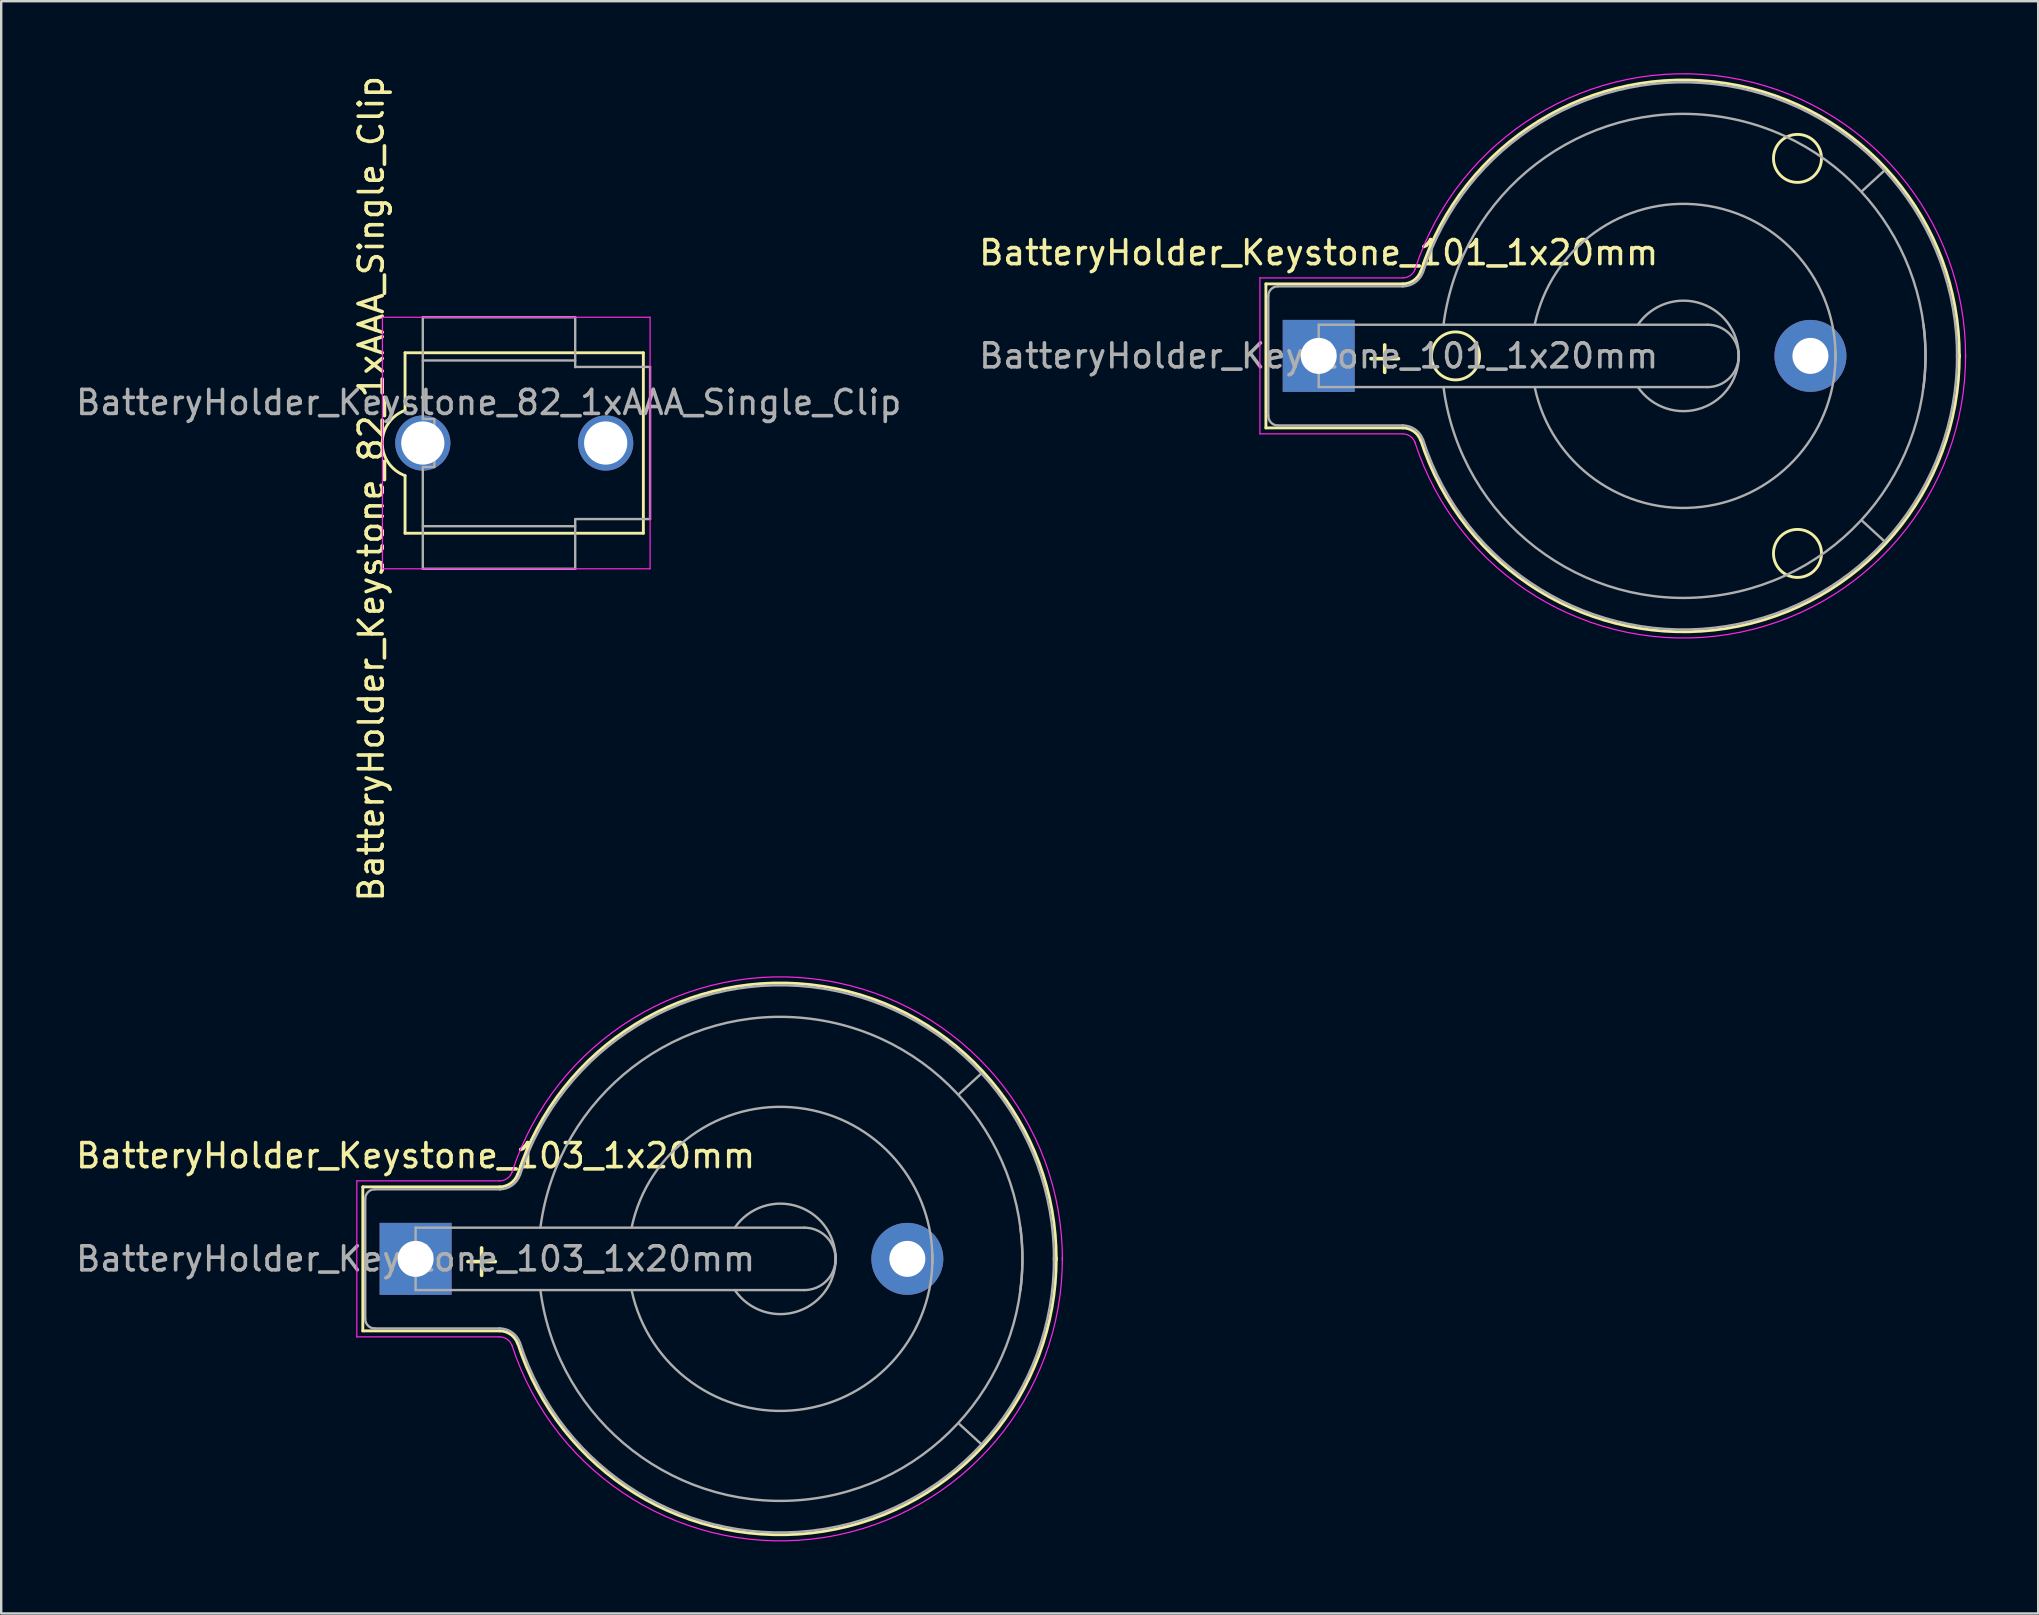
<source format=kicad_pcb>
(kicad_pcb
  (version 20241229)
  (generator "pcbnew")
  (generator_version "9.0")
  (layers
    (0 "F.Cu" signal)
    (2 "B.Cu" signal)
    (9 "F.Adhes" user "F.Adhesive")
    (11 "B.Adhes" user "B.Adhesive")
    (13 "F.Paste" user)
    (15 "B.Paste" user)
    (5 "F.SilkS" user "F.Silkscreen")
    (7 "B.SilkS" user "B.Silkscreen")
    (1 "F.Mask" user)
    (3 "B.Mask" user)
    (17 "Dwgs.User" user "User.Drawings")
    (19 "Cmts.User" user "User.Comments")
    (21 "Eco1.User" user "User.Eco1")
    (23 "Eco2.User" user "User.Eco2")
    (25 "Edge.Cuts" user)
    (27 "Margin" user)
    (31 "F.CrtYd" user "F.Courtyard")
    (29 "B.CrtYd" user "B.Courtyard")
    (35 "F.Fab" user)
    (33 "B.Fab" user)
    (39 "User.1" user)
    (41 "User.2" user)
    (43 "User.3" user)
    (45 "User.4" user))
  (footprint "BatteryHolder_Keystone_101_1x20mm"
    (layer "F.Cu")
    (at 51.899 11.78)
    (property "Reference" "BatteryHolder_Keystone_101_1x20mm" (at 0 -4.3 0) (layer "F.SilkS") (effects (font (size 1 1) (thickness 0.15))))
    (attr through_hole)
    (fp_line (start -2.2 -3) (end 3.5 -3) (stroke (width 0.12) (type solid)) (layer "F.SilkS"))
    (fp_line (start -2.2 3) (end -2.2 -3) (stroke (width 0.12) (type solid)) (layer "F.SilkS"))
    (fp_line (start -2.2 3) (end 3.5 3) (stroke (width 0.12) (type solid)) (layer "F.SilkS"))
    (fp_arc (start 3.5 3) (mid 3.958861 3.144678) (end 4.251754 3.526384) (stroke (width 0.12) (type solid)) (layer "F.SilkS"))
    (fp_arc (start 4.25 -3.5) (mid 16.993514 -11.35499) (end 26.695671 0.045281) (stroke (width 0.12) (type solid)) (layer "F.SilkS"))
    (fp_arc (start 4.251754 -3.526384) (mid 3.958861 -3.144678) (end 3.5 -3) (stroke (width 0.12) (type solid)) (layer "F.SilkS"))
    (fp_arc (start 26.695671 -0.045281) (mid 16.993514 11.35499) (end 4.25 3.5) (stroke (width 0.12) (type solid)) (layer "F.SilkS"))
    (fp_circle (center 5.7 0) (end 6.7 0) (stroke (width 0.12) (type solid)) (fill no) (layer "F.SilkS"))
    (fp_circle (center 19.95 -8.23) (end 20.95 -8.23) (stroke (width 0.12) (type solid)) (fill no) (layer "F.SilkS"))
    (fp_circle (center 19.95 8.23) (end 20.95 8.23) (stroke (width 0.12) (type solid)) (fill no) (layer "F.SilkS"))
    (fp_line (start -2.45 -3.25) (end 3.5 -3.25) (stroke (width 0.05) (type solid)) (layer "F.CrtYd"))
    (fp_line (start -2.45 3.25) (end -2.45 -3.25) (stroke (width 0.05) (type solid)) (layer "F.CrtYd"))
    (fp_line (start -2.45 3.25) (end 3.5 3.25) (stroke (width 0.05) (type solid)) (layer "F.CrtYd"))
    (fp_arc (start 3.5 3.25) (mid 3.815467 3.349466) (end 4.016831 3.611889) (stroke (width 0.05) (type solid)) (layer "F.CrtYd"))
    (fp_arc (start 4.01 -3.6) (mid 17.055841 -11.60741) (end 26.954634 0.068483) (stroke (width 0.05) (type solid)) (layer "F.CrtYd"))
    (fp_arc (start 4.016831 -3.611889) (mid 3.815467 -3.349466) (end 3.5 -3.25) (stroke (width 0.05) (type solid)) (layer "F.CrtYd"))
    (fp_arc (start 26.954634 -0.068483) (mid 17.055841 11.60741) (end 4.01 3.6) (stroke (width 0.05) (type solid)) (layer "F.CrtYd"))
    (fp_line (start -2.1 -2.5) (end -2.1 2.5) (stroke (width 0.1) (type solid)) (layer "F.Fab"))
    (fp_line (start -1.7 2.9) (end 3.531 2.9) (stroke (width 0.1) (type solid)) (layer "F.Fab"))
    (fp_line (start 0 -1.3) (end 0 1.3) (stroke (width 0.1) (type solid)) (layer "F.Fab"))
    (fp_line (start 0 1.3) (end 16.2 1.3) (stroke (width 0.1) (type solid)) (layer "F.Fab"))
    (fp_line (start 3.531 -2.9) (end -1.7 -2.9) (stroke (width 0.1) (type solid)) (layer "F.Fab"))
    (fp_line (start 16.2 -1.3) (end 0 -1.3) (stroke (width 0.1) (type solid)) (layer "F.Fab"))
    (fp_line (start 23.571 -7.722) (end 22.631 -6.858) (stroke (width 0.1) (type solid)) (layer "F.Fab"))
    (fp_line (start 23.571 7.722) (end 22.657 6.883) (stroke (width 0.1) (type solid)) (layer "F.Fab"))
    (fp_arc (start -2.1 -2.5) (mid -1.982843 -2.782843) (end -1.7 -2.9) (stroke (width 0.1) (type solid)) (layer "F.Fab"))
    (fp_arc (start -1.7 2.9) (mid -1.982843 2.782843) (end -2.1 2.5) (stroke (width 0.1) (type solid)) (layer "F.Fab"))
    (fp_arc (start 3.5 2.9) (mid 4.016219 3.062763) (end 4.345723 3.492182) (stroke (width 0.1) (type solid)) (layer "F.Fab"))
    (fp_arc (start 4.345723 -3.492182) (mid 4.016219 -3.062763) (end 3.5 -2.9) (stroke (width 0.1) (type solid)) (layer "F.Fab"))
    (fp_arc (start 4.35 -3.5) (mid 17.008726 -11.256154) (end 26.600299 0.075351) (stroke (width 0.1) (type solid)) (layer "F.Fab"))
    (fp_arc (start 5.2 -1.3) (mid 16.5 -10) (end 25.2 1.3) (stroke (width 0.1) (type solid)) (layer "F.Fab"))
    (fp_arc (start 9 -1.3) (mid 15.954687 -6.28971) (end 21.531551 0.203631) (stroke (width 0.1) (type solid)) (layer "F.Fab"))
    (fp_arc (start 13.3 -1.3) (mid 15.963947 -2.171724) (end 17.495448 0.175833) (stroke (width 0.1) (type solid)) (layer "F.Fab"))
    (fp_arc (start 16.2 -1.3) (mid 17.5 0) (end 16.2 1.3) (stroke (width 0.1) (type solid)) (layer "F.Fab"))
    (fp_arc (start 17.495448 -0.175833) (mid 15.963947 2.171724) (end 13.3 1.3) (stroke (width 0.1) (type solid)) (layer "F.Fab"))
    (fp_arc (start 21.531551 -0.203631) (mid 15.954687 6.28971) (end 9 1.3) (stroke (width 0.1) (type solid)) (layer "F.Fab"))
    (fp_arc (start 25.2 -1.3) (mid 16.5 10) (end 5.2 1.3) (stroke (width 0.1) (type solid)) (layer "F.Fab"))
    (fp_arc (start 26.600299 -0.075351) (mid 17.008726 11.256154) (end 4.35 3.5) (stroke (width 0.1) (type solid)) (layer "F.Fab"))
    (fp_text user "+" (at 2.75 0 0) (layer "F.SilkS") (effects (font (size 1.5 1.5) (thickness 0.15))))
    (fp_text user "${REFERENCE}" (at 0 0 0) (layer "F.Fab") (effects (font (size 1 1) (thickness 0.15))))
    (pad "1" thru_hole rect (at 0 0) (size 3 3) (drill 1.5) (layers "*.Cu" "*.Mask"))
    (pad "2" thru_hole circle (at 20.49 0) (size 3 3) (drill 1.5) (layers "*.Cu" "*.Mask")))
  (footprint "BatteryHolder_Keystone_82_1xAAA_Single_Clip"
    (layer "F.Cu")
    (at 14.568 15.41)
    (property "Reference" "BatteryHolder_Keystone_82_1xAAA_Single_Clip" (at -2.148 1.905 90) (layer "F.SilkS") (effects (font (size 1 1) (thickness 0.15))))
    (attr through_hole)
    (fp_line (start -0.74 -3.76) (end -0.74 -1.36) (stroke (width 0.12) (type solid)) (layer "F.SilkS"))
    (fp_line (start -0.74 1.36) (end -0.74 3.76) (stroke (width 0.12) (type solid)) (layer "F.SilkS"))
    (fp_line (start -0.74 3.76) (end 9.19 3.76) (stroke (width 0.12) (type solid)) (layer "F.SilkS"))
    (fp_line (start 9.19 -3.76) (end -0.74 -3.76) (stroke (width 0.12) (type solid)) (layer "F.SilkS"))
    (fp_line (start 9.19 3.76) (end 9.19 -3.76) (stroke (width 0.12) (type solid)) (layer "F.SilkS"))
    (fp_arc (start -0.74 1.36) (mid -1.69094 0) (end -0.74 -1.36) (stroke (width 0.12) (type solid)) (layer "F.SilkS"))
    (fp_line (start -1.683 -5.24) (end 9.47 -5.24) (stroke (width 0.05) (type solid)) (layer "F.CrtYd"))
    (fp_line (start -1.683 5.24) (end -1.683 -5.24) (stroke (width 0.05) (type solid)) (layer "F.CrtYd"))
    (fp_line (start 9.47 -5.24) (end 9.47 5.24) (stroke (width 0.05) (type solid)) (layer "F.CrtYd"))
    (fp_line (start 9.47 5.24) (end -1.683 5.24) (stroke (width 0.05) (type solid)) (layer "F.CrtYd"))
    (fp_line (start 0 -5.24) (end 6.35 -5.24) (stroke (width 0.1) (type solid)) (layer "F.Fab"))
    (fp_line (start 0 -3.441) (end 6.35 -3.441) (stroke (width 0.1) (type solid)) (layer "F.Fab"))
    (fp_line (start 0 -1) (end 0 -5.24) (stroke (width 0.1) (type solid)) (layer "F.Fab"))
    (fp_line (start 0 1) (end 0 5.24) (stroke (width 0.1) (type solid)) (layer "F.Fab"))
    (fp_line (start 0 3.465) (end 6.35 3.465) (stroke (width 0.1) (type solid)) (layer "F.Fab"))
    (fp_line (start 0 5.24) (end 6.35 5.24) (stroke (width 0.1) (type solid)) (layer "F.Fab"))
    (fp_line (start 0.48 -1) (end 0 -1) (stroke (width 0.1) (type solid)) (layer "F.Fab"))
    (fp_line (start 0.48 -1) (end 0.48 1) (stroke (width 0.1) (type solid)) (layer "F.Fab"))
    (fp_line (start 0.48 1) (end 0 1) (stroke (width 0.1) (type solid)) (layer "F.Fab"))
    (fp_line (start 6.35 -5.24) (end 6.35 -3.163) (stroke (width 0.1) (type solid)) (layer "F.Fab"))
    (fp_line (start 6.35 3.17) (end 9.47 3.17) (stroke (width 0.1) (type solid)) (layer "F.Fab"))
    (fp_line (start 6.35 5.24) (end 6.35 3.187) (stroke (width 0.1) (type solid)) (layer "F.Fab"))
    (fp_line (start 9.47 -3.17) (end 6.35 -3.17) (stroke (width 0.1) (type solid)) (layer "F.Fab"))
    (fp_line (start 9.47 -3.17) (end 9.47 3.17) (stroke (width 0.1) (type solid)) (layer "F.Fab"))
    (fp_text user "${REFERENCE}" (at 2.747 -1.69 0) (layer "F.Fab") (effects (font (size 1 1) (thickness 0.15))))
    (pad "1" thru_hole circle (at 0 0) (size 2.3 2.3) (drill 1.8) (layers "*.Cu" "*.Mask"))
    (pad "1" thru_hole circle (at 7.62 0) (size 2.3 2.3) (drill 1.8) (layers "*.Cu" "*.Mask")))
  (footprint "BatteryHolder_Keystone_103_1x20mm"
    (layer "F.Cu")
    (at 14.268 49.406)
    (property "Reference" "BatteryHolder_Keystone_103_1x20mm" (at 0 -4.3 0) (layer "F.SilkS") (effects (font (size 1 1) (thickness 0.15))))
    (attr through_hole)
    (fp_line (start -2.2 -3) (end 3.5 -3) (stroke (width 0.12) (type solid)) (layer "F.SilkS"))
    (fp_line (start -2.2 3) (end -2.2 -3) (stroke (width 0.12) (type solid)) (layer "F.SilkS"))
    (fp_line (start -2.2 3) (end 3.5 3) (stroke (width 0.12) (type solid)) (layer "F.SilkS"))
    (fp_arc (start 3.5 3) (mid 3.958861 3.144678) (end 4.251754 3.526384) (stroke (width 0.12) (type solid)) (layer "F.SilkS"))
    (fp_arc (start 4.25 -3.5) (mid 16.993514 -11.35499) (end 26.695671 0.045281) (stroke (width 0.12) (type solid)) (layer "F.SilkS"))
    (fp_arc (start 4.251754 -3.526384) (mid 3.958861 -3.144678) (end 3.5 -3) (stroke (width 0.12) (type solid)) (layer "F.SilkS"))
    (fp_arc (start 26.695671 -0.045281) (mid 16.993514 11.35499) (end 4.25 3.5) (stroke (width 0.12) (type solid)) (layer "F.SilkS"))
    (fp_line (start -2.45 -3.25) (end 3.5 -3.25) (stroke (width 0.05) (type solid)) (layer "F.CrtYd"))
    (fp_line (start -2.45 3.25) (end -2.45 -3.25) (stroke (width 0.05) (type solid)) (layer "F.CrtYd"))
    (fp_line (start -2.45 3.25) (end 3.5 3.25) (stroke (width 0.05) (type solid)) (layer "F.CrtYd"))
    (fp_arc (start 3.5 3.25) (mid 3.815467 3.349466) (end 4.016831 3.611889) (stroke (width 0.05) (type solid)) (layer "F.CrtYd"))
    (fp_arc (start 4.015 -3.6) (mid 17.056602 -11.602468) (end 26.949865 0.069987) (stroke (width 0.05) (type solid)) (layer "F.CrtYd"))
    (fp_arc (start 4.016831 -3.611889) (mid 3.815467 -3.349466) (end 3.5 -3.25) (stroke (width 0.05) (type solid)) (layer "F.CrtYd"))
    (fp_arc (start 26.949865 -0.069987) (mid 17.056602 11.602468) (end 4.015 3.6) (stroke (width 0.05) (type solid)) (layer "F.CrtYd"))
    (fp_line (start -2.1 -2.5) (end -2.1 2.5) (stroke (width 0.1) (type solid)) (layer "F.Fab"))
    (fp_line (start -1.7 2.9) (end 3.531 2.9) (stroke (width 0.1) (type solid)) (layer "F.Fab"))
    (fp_line (start 0 -1.3) (end 0 1.3) (stroke (width 0.1) (type solid)) (layer "F.Fab"))
    (fp_line (start 0 1.3) (end 16.2 1.3) (stroke (width 0.1) (type solid)) (layer "F.Fab"))
    (fp_line (start 3.531 -2.9) (end -1.7 -2.9) (stroke (width 0.1) (type solid)) (layer "F.Fab"))
    (fp_line (start 16.2 -1.3) (end 0 -1.3) (stroke (width 0.1) (type solid)) (layer "F.Fab"))
    (fp_line (start 23.571 -7.722) (end 22.631 -6.858) (stroke (width 0.1) (type solid)) (layer "F.Fab"))
    (fp_line (start 23.571 7.722) (end 22.657 6.883) (stroke (width 0.1) (type solid)) (layer "F.Fab"))
    (fp_arc (start -2.1 -2.5) (mid -1.982843 -2.782843) (end -1.7 -2.9) (stroke (width 0.1) (type solid)) (layer "F.Fab"))
    (fp_arc (start -1.7 2.9) (mid -1.982843 2.782843) (end -2.1 2.5) (stroke (width 0.1) (type solid)) (layer "F.Fab"))
    (fp_arc (start 3.5 2.9) (mid 4.016219 3.062763) (end 4.345723 3.492182) (stroke (width 0.1) (type solid)) (layer "F.Fab"))
    (fp_arc (start 4.345723 -3.492182) (mid 4.016219 -3.062763) (end 3.5 -2.9) (stroke (width 0.1) (type solid)) (layer "F.Fab"))
    (fp_arc (start 4.35 -3.5) (mid 17.008726 -11.256154) (end 26.600299 0.075351) (stroke (width 0.1) (type solid)) (layer "F.Fab"))
    (fp_arc (start 5.2 -1.3) (mid 16.5 -10) (end 25.2 1.3) (stroke (width 0.1) (type solid)) (layer "F.Fab"))
    (fp_arc (start 9 -1.3) (mid 15.954687 -6.28971) (end 21.531551 0.203631) (stroke (width 0.1) (type solid)) (layer "F.Fab"))
    (fp_arc (start 13.3 -1.3) (mid 15.963947 -2.171724) (end 17.495448 0.175833) (stroke (width 0.1) (type solid)) (layer "F.Fab"))
    (fp_arc (start 16.2 -1.3) (mid 17.5 0) (end 16.2 1.3) (stroke (width 0.1) (type solid)) (layer "F.Fab"))
    (fp_arc (start 17.495448 -0.175833) (mid 15.963947 2.171724) (end 13.3 1.3) (stroke (width 0.1) (type solid)) (layer "F.Fab"))
    (fp_arc (start 21.531551 -0.203631) (mid 15.954687 6.28971) (end 9 1.3) (stroke (width 0.1) (type solid)) (layer "F.Fab"))
    (fp_arc (start 25.2 -1.3) (mid 16.5 10) (end 5.2 1.3) (stroke (width 0.1) (type solid)) (layer "F.Fab"))
    (fp_arc (start 26.600299 -0.075351) (mid 17.008726 11.256154) (end 4.35 3.5) (stroke (width 0.1) (type solid)) (layer "F.Fab"))
    (fp_text user "+" (at 2.75 0 0) (layer "F.SilkS") (effects (font (size 1.5 1.5) (thickness 0.15))))
    (fp_text user "${REFERENCE}" (at 0 0 0) (layer "F.Fab") (effects (font (size 1 1) (thickness 0.15))))
    (pad "1" thru_hole rect (at 0 0) (size 3 3) (drill 1.5) (layers "*.Cu" "*.Mask"))
    (pad "2" thru_hole circle (at 20.49 0) (size 3 3) (drill 1.5) (layers "*.Cu" "*.Mask")))
  (gr_rect
    (start -3 -3)
    (end 81.879 64.181)
    (stroke (width 0.1) (type default))
    (fill no)
    (layer "Edge.Cuts")))
</source>
